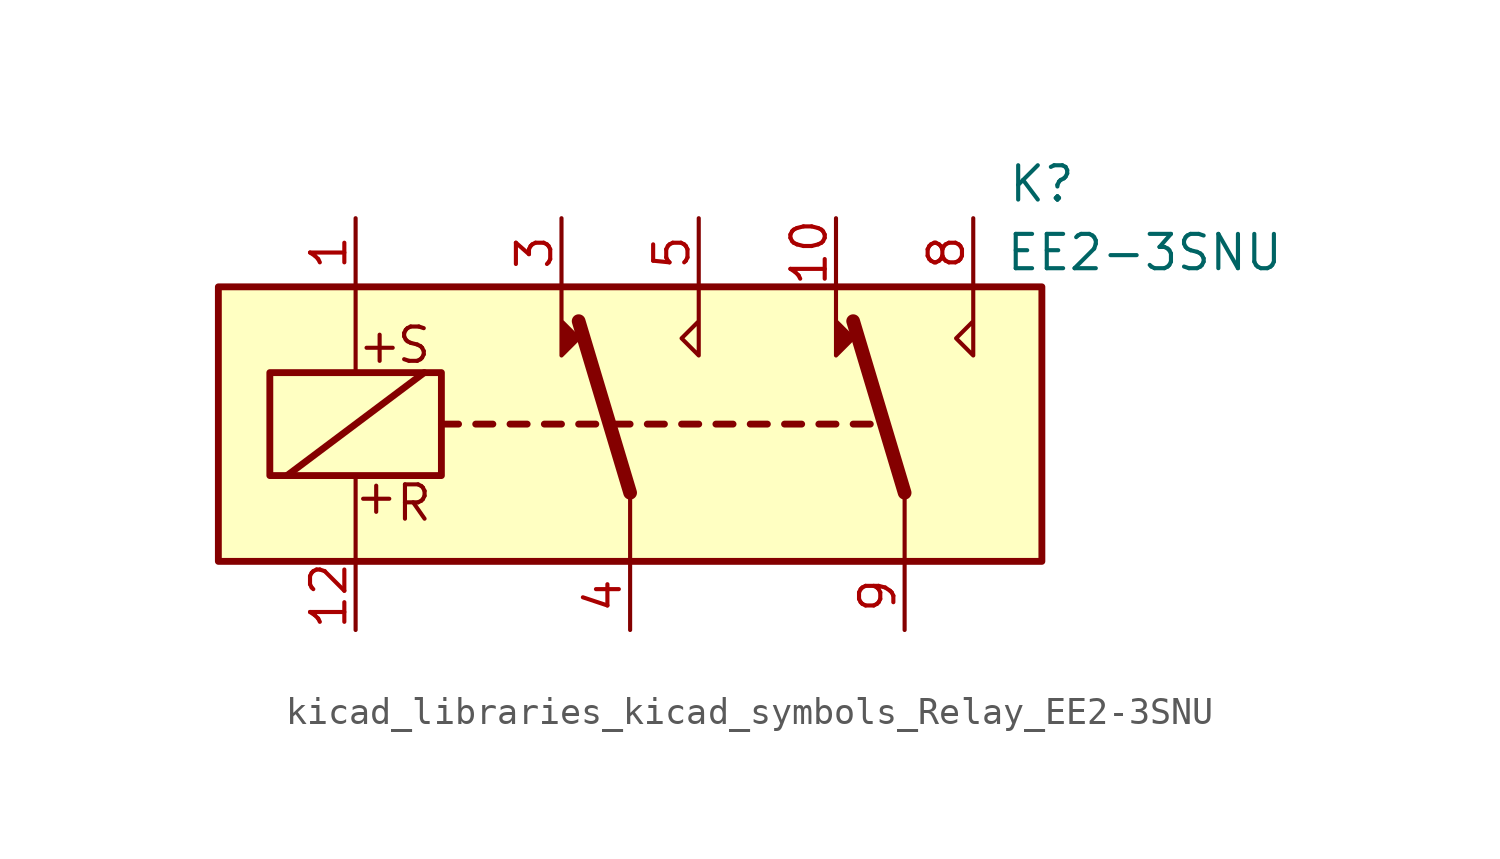
<source format=kicad_sym>
(kicad_symbol_lib
  (version 20220914)
  (generator kicad_symbol_editor)
  (symbol "kicad_libraries_kicad_symbols_Relay_EE2-3SNU"
    (property "Reference" "K"
      (at 15.24 8.89 0)
      (effects (font (size 1.27 1.27))))
    (property "Value" "EE2-3SNU"
      (at 19.05 6.35 0)
      (effects (font (size 1.27 1.27))))
    (symbol "kicad_libraries_kicad_symbols_Relay_EE2-3SNU_1_1"
      (rectangle (start -15.24 5.08) (end 15.24 -5.08) (stroke (width 0.254) (type default)) (fill (type background)))
      (rectangle (start -13.335 1.905) (end -6.985 -1.905) (stroke (width 0.254) (type default)) (fill (type none)))
      (polyline (pts (xy -12.7 -1.905) (xy -7.62 1.905)) (stroke (width 0.254) (type default)) (fill (type none)))
      (polyline (pts (xy -10.16 -5.08) (xy -10.16 -1.905)) (stroke (width 0) (type default)) (fill (type none)))
      (polyline (pts (xy -10.16 5.08) (xy -10.16 1.905)) (stroke (width 0) (type default)) (fill (type none)))
      (polyline (pts (xy -6.985 0) (xy -6.35 0)) (stroke (width 0.254) (type default)) (fill (type none)))
      (polyline (pts (xy -5.715 0) (xy -5.08 0)) (stroke (width 0.254) (type default)) (fill (type none)))
      (polyline (pts (xy -4.445 0) (xy -3.81 0)) (stroke (width 0.254) (type default)) (fill (type none)))
      (polyline (pts (xy -3.175 0) (xy -2.54 0)) (stroke (width 0.254) (type default)) (fill (type none)))
      (polyline (pts (xy -1.905 0) (xy -1.27 0)) (stroke (width 0.254) (type default)) (fill (type none)))
      (polyline (pts (xy -0.635 0) (xy 0 0)) (stroke (width 0.254) (type default)) (fill (type none)))
      (polyline (pts (xy 0 -2.54) (xy -1.905 3.81)) (stroke (width 0.508) (type default)) (fill (type none)))
      (polyline (pts (xy 0 -2.54) (xy 0 -5.08)) (stroke (width 0) (type default)) (fill (type none)))
      (polyline (pts (xy 0.635 0) (xy 1.27 0)) (stroke (width 0.254) (type default)) (fill (type none)))
      (polyline (pts (xy 1.905 0) (xy 2.54 0)) (stroke (width 0.254) (type default)) (fill (type none)))
      (polyline (pts (xy 3.175 0) (xy 3.81 0)) (stroke (width 0.254) (type default)) (fill (type none)))
      (polyline (pts (xy 4.445 0) (xy 5.08 0)) (stroke (width 0.254) (type default)) (fill (type none)))
      (polyline (pts (xy 5.715 0) (xy 6.35 0)) (stroke (width 0.254) (type default)) (fill (type none)))
      (polyline (pts (xy 6.985 0) (xy 7.62 0)) (stroke (width 0.254) (type default)) (fill (type none)))
      (polyline (pts (xy 8.255 0) (xy 8.89 0)) (stroke (width 0.254) (type default)) (fill (type none)))
      (polyline (pts (xy 10.16 -2.54) (xy 8.255 3.81)) (stroke (width 0.508) (type default)) (fill (type none)))
      (polyline (pts (xy 10.16 -2.54) (xy 10.16 -5.08)) (stroke (width 0) (type default)) (fill (type none)))
      (polyline (pts (xy -2.54 5.08) (xy -2.54 2.54) (xy -1.905 3.175) (xy -2.54 3.81)) (stroke (width 0) (type default)) (fill (type outline)))
      (polyline (pts (xy 2.54 5.08) (xy 2.54 2.54) (xy 1.905 3.175) (xy 2.54 3.81)) (stroke (width 0) (type default)) (fill (type none)))
      (polyline (pts (xy 7.62 5.08) (xy 7.62 2.54) (xy 8.255 3.175) (xy 7.62 3.81)) (stroke (width 0) (type default)) (fill (type outline)))
      (polyline (pts (xy 12.7 5.08) (xy 12.7 2.54) (xy 12.065 3.175) (xy 12.7 3.81)) (stroke (width 0) (type default)) (fill (type none)))
      (text "+" (at -9.398 -2.667 0) (effects (font (size 1.27 1.27))))
      (text "+" (at -9.271 2.921 0) (effects (font (size 1.27 1.27))))
      (text "R" (at -8.001 -2.921 0) (effects (font (size 1.27 1.27))))
      (text "S" (at -8.001 2.921 0) (effects (font (size 1.27 1.27))))
      (pin passive line (at -10.16 7.62 270) (length 2.54) (name "~" (effects (font (size 1.27 1.27)))) (number "1" (effects (font (size 1.27 1.27)))))
      (pin passive line (at 7.62 7.62 270) (length 2.54) (name "~" (effects (font (size 1.27 1.27)))) (number "10" (effects (font (size 1.27 1.27)))))
      (pin passive line (at -10.16 -7.62 90) (length 2.54) (name "~" (effects (font (size 1.27 1.27)))) (number "12" (effects (font (size 1.27 1.27)))))
      (pin passive line (at -2.54 7.62 270) (length 2.54) (name "~" (effects (font (size 1.27 1.27)))) (number "3" (effects (font (size 1.27 1.27)))))
      (pin passive line (at 0 -7.62 90) (length 2.54) (name "~" (effects (font (size 1.27 1.27)))) (number "4" (effects (font (size 1.27 1.27)))))
      (pin passive line (at 2.54 7.62 270) (length 2.54) (name "~" (effects (font (size 1.27 1.27)))) (number "5" (effects (font (size 1.27 1.27)))))
      (pin passive line (at 12.7 7.62 270) (length 2.54) (name "~" (effects (font (size 1.27 1.27)))) (number "8" (effects (font (size 1.27 1.27)))))
      (pin passive line (at 10.16 -7.62 90) (length 2.54) (name "~" (effects (font (size 1.27 1.27)))) (number "9" (effects (font (size 1.27 1.27))))))))
</source>
